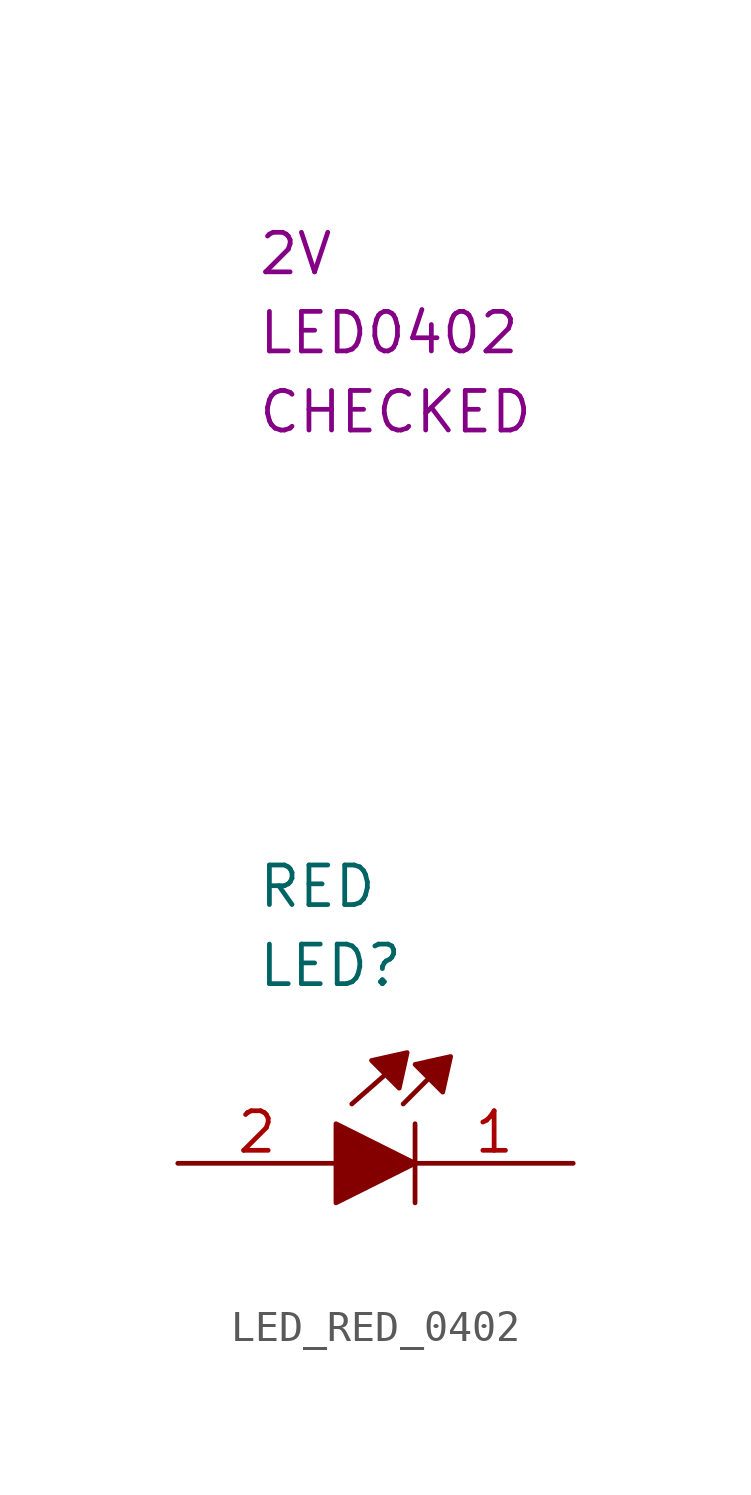
<source format=kicad_sym>
(kicad_symbol_lib
  (version 20220914)
  (generator kicad_symbol_editor)
  (symbol "LED_RED_0402"
    (property "Reference" "LED"
      (at 2.54 6.35 0)
      (effects (font (size 1.27 1.27)) (justify left)))
    (property "Value" "RED"
      (at 2.54 8.89 0)
      (effects (font (size 1.27 1.27)) (justify left)))
    (property "SCH CHECK" "CHECKED"
      (at 2.54 24.13 0)
      (effects (font (size 1.27 1.27)) (justify left)))
    (property "Package" "LED0402"
      (at 2.54 26.67 0)
      (effects (font (size 1.27 1.27)) (justify left)))
    (property "VOLTAGE RATED" "2V"
      (at 2.54 29.21 0)
      (effects (font (size 1.27 1.27)) (justify left)))
    (symbol "LED_RED_0402_0_1"
      (polyline (pts (xy 5.588 1.905) (xy 6.604 2.794)) (stroke (width 0) (type default)) (fill (type none)))
      (polyline (pts (xy 7.239 1.905) (xy 8.001 2.667)) (stroke (width 0) (type default)) (fill (type none)))
      (polyline (pts (xy 7.62 -1.27) (xy 7.62 1.27)) (stroke (width 0) (type default)) (fill (type none)))
      (polyline (pts (xy 5.08 1.27) (xy 5.08 -1.27) (xy 7.62 0) (xy 5.08 1.27)) (stroke (width 0) (type default)) (fill (type outline)))
      (polyline (pts (xy 6.223 3.302) (xy 7.112 2.413) (xy 7.366 3.556) (xy 6.223 3.302)) (stroke (width 0) (type default)) (fill (type outline)))
      (polyline (pts (xy 7.62 3.175) (xy 8.509 2.286) (xy 8.763 3.429) (xy 7.62 3.175)) (stroke (width 0) (type default)) (fill (type outline))))
    (symbol "LED_RED_0402_1_1"
      (pin passive line (at 12.7 0 180) (length 5.08) (name "" (effects (font (size 1.27 1.27)))) (number "1" (effects (font (size 1.27 1.27)))))
      (pin passive line (at 0 0 0) (length 5.08) (name "" (effects (font (size 1.27 1.27)))) (number "2" (effects (font (size 1.27 1.27))))))))
</source>
